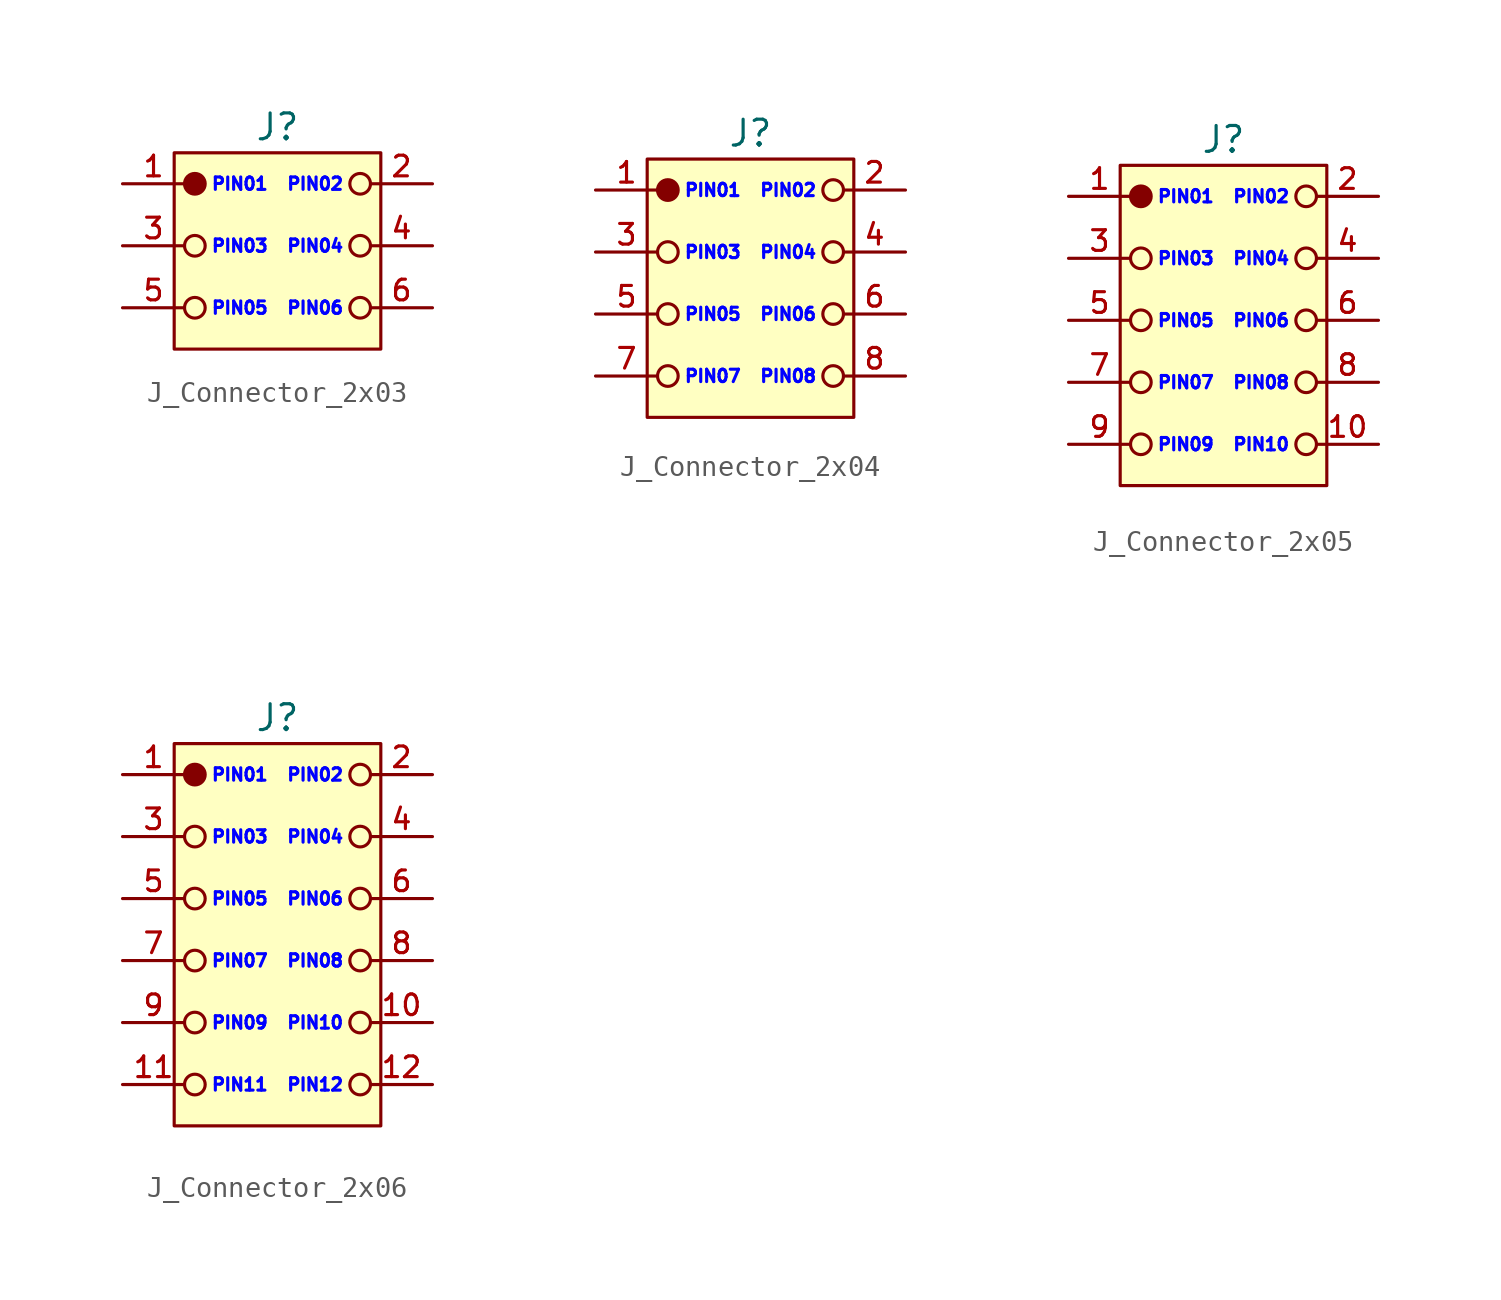
<source format=kicad_sym>
(kicad_symbol_lib
  (version 20241209)
  (generator "kicad_symbol_editor")
  (generator_version "9.0")
  (symbol "J_Connector_2x03"
    (pin_names
      (offset 0)
      (hide yes))
    (property "Reference" "J"
      (at 7.5 2.75 0)
      (do_not_autoplace)
      (effects (font (size 1.25 1.25))))
    (property "PIN_01" "PIN01"
      (at 4.25 0 0)
      (do_not_autoplace)
      (effects (font (size 0.6 0.6) (color 0 0 255 1)) (justify left)))
    (property "PIN_02" "PIN02"
      (at 10.75 0 0)
      (do_not_autoplace)
      (effects (font (size 0.6 0.6) (color 0 0 255 1)) (justify right)))
    (property "PIN_03" "PIN03"
      (at 4.25 -3 0)
      (do_not_autoplace)
      (effects (font (size 0.6 0.6) (color 0 0 255 1)) (justify left)))
    (property "PIN_04" "PIN04"
      (at 10.75 -3 0)
      (do_not_autoplace)
      (effects (font (size 0.6 0.6) (color 0 0 255 1)) (justify right)))
    (property "PIN_05" "PIN05"
      (at 4.25 -6 0)
      (do_not_autoplace)
      (effects (font (size 0.6 0.6) (color 0 0 255 1)) (justify left)))
    (property "PIN_06" "PIN06"
      (at 10.75 -6 0)
      (do_not_autoplace)
      (effects (font (size 0.6 0.6) (color 0 0 255 1)) (justify right)))
    (symbol "J_Connector_2x03_0_1"
      (circle (center 3.5 -3) (radius 0.5) (stroke (width 0) (type default)) (fill (type none)))
      (circle (center 3.5 -6) (radius 0.5) (stroke (width 0) (type default)) (fill (type none)))
      (circle (center 11.5 0) (radius 0.5) (stroke (width 0) (type default)) (fill (type none)))
      (circle (center 11.5 -3) (radius 0.5) (stroke (width 0) (type default)) (fill (type none)))
      (circle (center 11.5 -6) (radius 0.5) (stroke (width 0) (type default)) (fill (type none))))
    (symbol "J_Connector_2x03_1_1"
      (rectangle (start 2.5 1.5) (end 12.5 -8) (stroke (width 0) (type default)) (fill (type background)))
      (circle (center 3.5 0) (radius 0.5) (stroke (width 0) (type default)) (fill (type outline)))
      (pin passive line (at 0 0 0) (length 3) (name "1" (effects (font (size 1 1)))) (number "1" (effects (font (size 1 1)))))
      (pin passive line (at 0 -3 0) (length 3) (name "3" (effects (font (size 1 1)))) (number "3" (effects (font (size 1 1)))))
      (pin passive line (at 0 -6 0) (length 3) (name "5" (effects (font (size 1 1)))) (number "5" (effects (font (size 1 1)))))
      (pin passive line (at 15 0 180) (length 3) (name "2" (effects (font (size 1 1)))) (number "2" (effects (font (size 1 1)))))
      (pin passive line (at 15 -3 180) (length 3) (name "4" (effects (font (size 1 1)))) (number "4" (effects (font (size 1 1)))))
      (pin passive line (at 15 -6 180) (length 3) (name "6" (effects (font (size 1 1)))) (number "6" (effects (font (size 1 1)))))))
  (symbol "J_Connector_2x04"
    (pin_names
      (offset 0)
      (hide yes))
    (property "Reference" "J"
      (at 7.5 2.75 0)
      (do_not_autoplace)
      (effects (font (size 1.25 1.25))))
    (property "PIN_01" "PIN01"
      (at 4.25 0 0)
      (do_not_autoplace)
      (effects (font (size 0.6 0.6) (color 0 0 255 1)) (justify left)))
    (property "PIN_02" "PIN02"
      (at 10.75 0 0)
      (do_not_autoplace)
      (effects (font (size 0.6 0.6) (color 0 0 255 1)) (justify right)))
    (property "PIN_03" "PIN03"
      (at 4.25 -3 0)
      (do_not_autoplace)
      (effects (font (size 0.6 0.6) (color 0 0 255 1)) (justify left)))
    (property "PIN_04" "PIN04"
      (at 10.75 -3 0)
      (do_not_autoplace)
      (effects (font (size 0.6 0.6) (color 0 0 255 1)) (justify right)))
    (property "PIN_05" "PIN05"
      (at 4.25 -6 0)
      (do_not_autoplace)
      (effects (font (size 0.6 0.6) (color 0 0 255 1)) (justify left)))
    (property "PIN_06" "PIN06"
      (at 10.75 -6 0)
      (do_not_autoplace)
      (effects (font (size 0.6 0.6) (color 0 0 255 1)) (justify right)))
    (property "PIN_07" "PIN07"
      (at 4.25 -9 0)
      (do_not_autoplace)
      (effects (font (size 0.6 0.6) (color 0 0 255 1)) (justify left)))
    (property "PIN_08" "PIN08"
      (at 10.75 -9 0)
      (do_not_autoplace)
      (effects (font (size 0.6 0.6) (color 0 0 255 1)) (justify right)))
    (symbol "J_Connector_2x04_0_1"
      (circle (center 3.5 -3) (radius 0.5) (stroke (width 0) (type default)) (fill (type none)))
      (circle (center 3.5 -6) (radius 0.5) (stroke (width 0) (type default)) (fill (type none)))
      (circle (center 3.5 -9) (radius 0.5) (stroke (width 0) (type default)) (fill (type none)))
      (circle (center 11.5 0) (radius 0.5) (stroke (width 0) (type default)) (fill (type none)))
      (circle (center 11.5 -3) (radius 0.5) (stroke (width 0) (type default)) (fill (type none)))
      (circle (center 11.5 -6) (radius 0.5) (stroke (width 0) (type default)) (fill (type none)))
      (circle (center 11.5 -9) (radius 0.5) (stroke (width 0) (type default)) (fill (type none))))
    (symbol "J_Connector_2x04_1_1"
      (rectangle (start 2.5 1.5) (end 12.5 -11) (stroke (width 0) (type default)) (fill (type background)))
      (circle (center 3.5 0) (radius 0.5) (stroke (width 0) (type default)) (fill (type outline)))
      (pin passive line (at 0 0 0) (length 3) (name "1" (effects (font (size 1 1)))) (number "1" (effects (font (size 1 1)))))
      (pin passive line (at 0 -3 0) (length 3) (name "3" (effects (font (size 1 1)))) (number "3" (effects (font (size 1 1)))))
      (pin passive line (at 0 -6 0) (length 3) (name "5" (effects (font (size 1 1)))) (number "5" (effects (font (size 1 1)))))
      (pin passive line (at 0 -9 0) (length 3) (name "7" (effects (font (size 1 1)))) (number "7" (effects (font (size 1 1)))))
      (pin passive line (at 15 0 180) (length 3) (name "2" (effects (font (size 1 1)))) (number "2" (effects (font (size 1 1)))))
      (pin passive line (at 15 -3 180) (length 3) (name "4" (effects (font (size 1 1)))) (number "4" (effects (font (size 1 1)))))
      (pin passive line (at 15 -6 180) (length 3) (name "6" (effects (font (size 1 1)))) (number "6" (effects (font (size 1 1)))))
      (pin passive line (at 15 -9 180) (length 3) (name "8" (effects (font (size 1 1)))) (number "8" (effects (font (size 1 1)))))))
  (symbol "J_Connector_2x05"
    (pin_names
      (offset 0)
      (hide yes))
    (property "Reference" "J"
      (at 7.5 2.75 0)
      (do_not_autoplace)
      (effects (font (size 1.25 1.25))))
    (property "PIN_01" "PIN01"
      (at 4.25 0 0)
      (do_not_autoplace)
      (effects (font (size 0.6 0.6) (color 0 0 255 1)) (justify left)))
    (property "PIN_02" "PIN02"
      (at 10.75 0 0)
      (do_not_autoplace)
      (effects (font (size 0.6 0.6) (color 0 0 255 1)) (justify right)))
    (property "PIN_03" "PIN03"
      (at 4.25 -3 0)
      (do_not_autoplace)
      (effects (font (size 0.6 0.6) (color 0 0 255 1)) (justify left)))
    (property "PIN_04" "PIN04"
      (at 10.75 -3 0)
      (do_not_autoplace)
      (effects (font (size 0.6 0.6) (color 0 0 255 1)) (justify right)))
    (property "PIN_05" "PIN05"
      (at 4.25 -6 0)
      (do_not_autoplace)
      (effects (font (size 0.6 0.6) (color 0 0 255 1)) (justify left)))
    (property "PIN_06" "PIN06"
      (at 10.75 -6 0)
      (do_not_autoplace)
      (effects (font (size 0.6 0.6) (color 0 0 255 1)) (justify right)))
    (property "PIN_07" "PIN07"
      (at 4.25 -9 0)
      (do_not_autoplace)
      (effects (font (size 0.6 0.6) (color 0 0 255 1)) (justify left)))
    (property "PIN_08" "PIN08"
      (at 10.75 -9 0)
      (do_not_autoplace)
      (effects (font (size 0.6 0.6) (color 0 0 255 1)) (justify right)))
    (property "PIN_09" "PIN09"
      (at 4.25 -12 0)
      (do_not_autoplace)
      (effects (font (size 0.6 0.6) (color 0 0 255 1)) (justify left)))
    (property "PIN_10" "PIN10"
      (at 10.75 -12 0)
      (do_not_autoplace)
      (effects (font (size 0.6 0.6) (color 0 0 255 1)) (justify right)))
    (symbol "J_Connector_2x05_0_1"
      (circle (center 3.5 -3) (radius 0.5) (stroke (width 0) (type default)) (fill (type none)))
      (circle (center 3.5 -6) (radius 0.5) (stroke (width 0) (type default)) (fill (type none)))
      (circle (center 3.5 -9) (radius 0.5) (stroke (width 0) (type default)) (fill (type none)))
      (circle (center 3.5 -12) (radius 0.5) (stroke (width 0) (type default)) (fill (type none)))
      (circle (center 11.5 0) (radius 0.5) (stroke (width 0) (type default)) (fill (type none)))
      (circle (center 11.5 -3) (radius 0.5) (stroke (width 0) (type default)) (fill (type none)))
      (circle (center 11.5 -6) (radius 0.5) (stroke (width 0) (type default)) (fill (type none)))
      (circle (center 11.5 -9) (radius 0.5) (stroke (width 0) (type default)) (fill (type none)))
      (circle (center 11.5 -12) (radius 0.5) (stroke (width 0) (type default)) (fill (type none))))
    (symbol "J_Connector_2x05_1_1"
      (rectangle (start 2.5 1.5) (end 12.5 -14) (stroke (width 0) (type default)) (fill (type background)))
      (circle (center 3.5 0) (radius 0.5) (stroke (width 0) (type default)) (fill (type outline)))
      (pin passive line (at 0 0 0) (length 3) (name "1" (effects (font (size 1 1)))) (number "1" (effects (font (size 1 1)))))
      (pin passive line (at 0 -3 0) (length 3) (name "3" (effects (font (size 1 1)))) (number "3" (effects (font (size 1 1)))))
      (pin passive line (at 0 -6 0) (length 3) (name "5" (effects (font (size 1 1)))) (number "5" (effects (font (size 1 1)))))
      (pin passive line (at 0 -9 0) (length 3) (name "7" (effects (font (size 1 1)))) (number "7" (effects (font (size 1 1)))))
      (pin passive line (at 0 -12 0) (length 3) (name "9" (effects (font (size 1 1)))) (number "9" (effects (font (size 1 1)))))
      (pin passive line (at 15 0 180) (length 3) (name "2" (effects (font (size 1 1)))) (number "2" (effects (font (size 1 1)))))
      (pin passive line (at 15 -3 180) (length 3) (name "4" (effects (font (size 1 1)))) (number "4" (effects (font (size 1 1)))))
      (pin passive line (at 15 -6 180) (length 3) (name "6" (effects (font (size 1 1)))) (number "6" (effects (font (size 1 1)))))
      (pin passive line (at 15 -9 180) (length 3) (name "8" (effects (font (size 1 1)))) (number "8" (effects (font (size 1 1)))))
      (pin passive line (at 15 -12 180) (length 3) (name "10" (effects (font (size 1 1)))) (number "10" (effects (font (size 1 1)))))))
  (symbol "J_Connector_2x06"
    (pin_names
      (offset 0)
      (hide yes))
    (property "Reference" "J"
      (at 7.5 2.75 0)
      (do_not_autoplace)
      (effects (font (size 1.25 1.25))))
    (property "PIN_01" "PIN01"
      (at 4.25 0 0)
      (do_not_autoplace)
      (effects (font (size 0.6 0.6) (color 0 0 255 1)) (justify left)))
    (property "PIN_02" "PIN02"
      (at 10.75 0 0)
      (do_not_autoplace)
      (effects (font (size 0.6 0.6) (color 0 0 255 1)) (justify right)))
    (property "PIN_03" "PIN03"
      (at 4.25 -3 0)
      (do_not_autoplace)
      (effects (font (size 0.6 0.6) (color 0 0 255 1)) (justify left)))
    (property "PIN_04" "PIN04"
      (at 10.75 -3 0)
      (do_not_autoplace)
      (effects (font (size 0.6 0.6) (color 0 0 255 1)) (justify right)))
    (property "PIN_05" "PIN05"
      (at 4.25 -6 0)
      (do_not_autoplace)
      (effects (font (size 0.6 0.6) (color 0 0 255 1)) (justify left)))
    (property "PIN_06" "PIN06"
      (at 10.75 -6 0)
      (do_not_autoplace)
      (effects (font (size 0.6 0.6) (color 0 0 255 1)) (justify right)))
    (property "PIN_07" "PIN07"
      (at 4.25 -9 0)
      (do_not_autoplace)
      (effects (font (size 0.6 0.6) (color 0 0 255 1)) (justify left)))
    (property "PIN_08" "PIN08"
      (at 10.75 -9 0)
      (do_not_autoplace)
      (effects (font (size 0.6 0.6) (color 0 0 255 1)) (justify right)))
    (property "PIN_09" "PIN09"
      (at 4.25 -12 0)
      (do_not_autoplace)
      (effects (font (size 0.6 0.6) (color 0 0 255 1)) (justify left)))
    (property "PIN_10" "PIN10"
      (at 10.75 -12 0)
      (do_not_autoplace)
      (effects (font (size 0.6 0.6) (color 0 0 255 1)) (justify right)))
    (property "PIN_11" "PIN11"
      (at 4.25 -15 0)
      (do_not_autoplace)
      (effects (font (size 0.6 0.6) (color 0 0 255 1)) (justify left)))
    (property "PIN_12" "PIN12"
      (at 10.75 -15 0)
      (do_not_autoplace)
      (effects (font (size 0.6 0.6) (color 0 0 255 1)) (justify right)))
    (symbol "J_Connector_2x06_0_1"
      (circle (center 3.5 -3) (radius 0.5) (stroke (width 0) (type default)) (fill (type none)))
      (circle (center 3.5 -6) (radius 0.5) (stroke (width 0) (type default)) (fill (type none)))
      (circle (center 3.5 -9) (radius 0.5) (stroke (width 0) (type default)) (fill (type none)))
      (circle (center 3.5 -12) (radius 0.5) (stroke (width 0) (type default)) (fill (type none)))
      (circle (center 3.5 -15) (radius 0.5) (stroke (width 0) (type default)) (fill (type none)))
      (circle (center 11.5 0) (radius 0.5) (stroke (width 0) (type default)) (fill (type none)))
      (circle (center 11.5 -3) (radius 0.5) (stroke (width 0) (type default)) (fill (type none)))
      (circle (center 11.5 -6) (radius 0.5) (stroke (width 0) (type default)) (fill (type none)))
      (circle (center 11.5 -9) (radius 0.5) (stroke (width 0) (type default)) (fill (type none)))
      (circle (center 11.5 -12) (radius 0.5) (stroke (width 0) (type default)) (fill (type none)))
      (circle (center 11.5 -15) (radius 0.5) (stroke (width 0) (type default)) (fill (type none))))
    (symbol "J_Connector_2x06_1_1"
      (rectangle (start 2.5 1.5) (end 12.5 -17) (stroke (width 0) (type default)) (fill (type background)))
      (circle (center 3.5 0) (radius 0.5) (stroke (width 0) (type default)) (fill (type outline)))
      (pin passive line (at 0 0 0) (length 3) (name "1" (effects (font (size 1 1)))) (number "1" (effects (font (size 1 1)))))
      (pin passive line (at 0 -3 0) (length 3) (name "3" (effects (font (size 1 1)))) (number "3" (effects (font (size 1 1)))))
      (pin passive line (at 0 -6 0) (length 3) (name "5" (effects (font (size 1 1)))) (number "5" (effects (font (size 1 1)))))
      (pin passive line (at 0 -9 0) (length 3) (name "7" (effects (font (size 1 1)))) (number "7" (effects (font (size 1 1)))))
      (pin passive line (at 0 -12 0) (length 3) (name "9" (effects (font (size 1 1)))) (number "9" (effects (font (size 1 1)))))
      (pin passive line (at 0 -15 0) (length 3) (name "11" (effects (font (size 1 1)))) (number "11" (effects (font (size 1 1)))))
      (pin passive line (at 15 0 180) (length 3) (name "2" (effects (font (size 1 1)))) (number "2" (effects (font (size 1 1)))))
      (pin passive line (at 15 -3 180) (length 3) (name "4" (effects (font (size 1 1)))) (number "4" (effects (font (size 1 1)))))
      (pin passive line (at 15 -6 180) (length 3) (name "6" (effects (font (size 1 1)))) (number "6" (effects (font (size 1 1)))))
      (pin passive line (at 15 -9 180) (length 3) (name "8" (effects (font (size 1 1)))) (number "8" (effects (font (size 1 1)))))
      (pin passive line (at 15 -12 180) (length 3) (name "10" (effects (font (size 1 1)))) (number "10" (effects (font (size 1 1)))))
      (pin passive line (at 15 -15 180) (length 3) (name "12" (effects (font (size 1 1)))) (number "12" (effects (font (size 1 1))))))))
</source>
